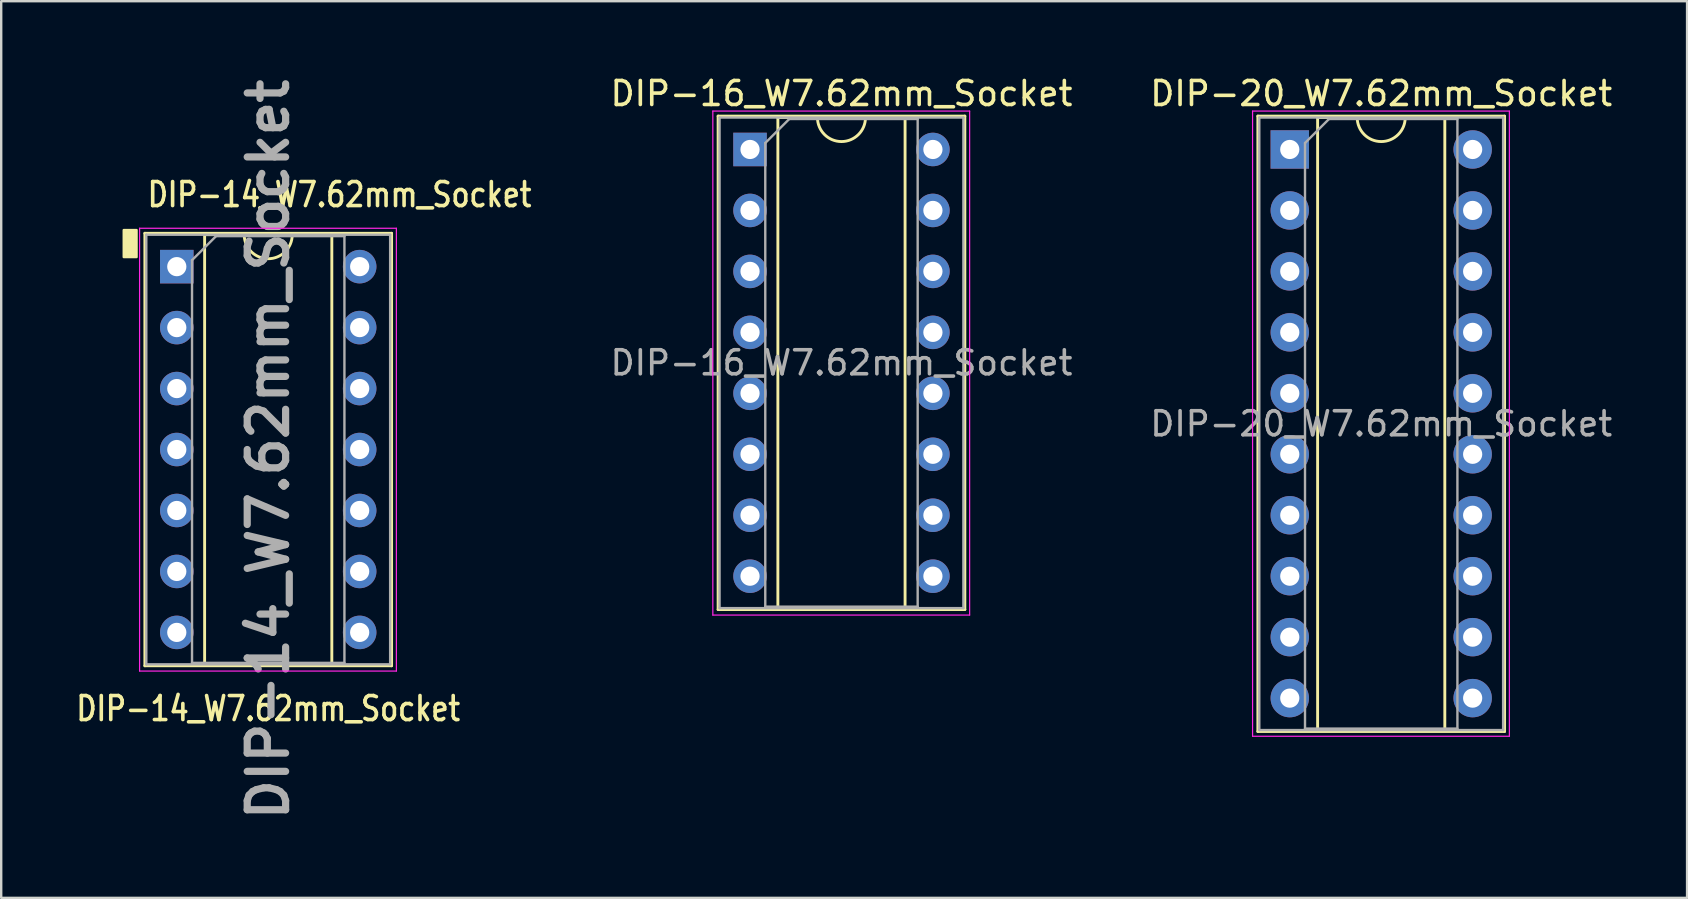
<source format=kicad_pcb>
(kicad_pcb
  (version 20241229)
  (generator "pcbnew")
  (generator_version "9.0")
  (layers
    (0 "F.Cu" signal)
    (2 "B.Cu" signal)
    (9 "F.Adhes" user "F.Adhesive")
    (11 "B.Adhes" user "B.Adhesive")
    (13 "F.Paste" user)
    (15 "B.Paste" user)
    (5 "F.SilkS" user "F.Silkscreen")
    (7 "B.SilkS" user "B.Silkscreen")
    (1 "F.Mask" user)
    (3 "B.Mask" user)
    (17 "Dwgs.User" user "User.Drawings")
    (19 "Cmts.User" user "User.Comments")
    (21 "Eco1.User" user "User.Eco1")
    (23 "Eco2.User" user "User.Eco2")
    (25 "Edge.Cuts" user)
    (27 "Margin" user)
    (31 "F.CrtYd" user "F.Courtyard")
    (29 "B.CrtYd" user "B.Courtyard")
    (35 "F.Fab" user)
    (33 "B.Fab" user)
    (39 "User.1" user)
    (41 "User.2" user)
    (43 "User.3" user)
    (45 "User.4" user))
  (footprint "DIP-16_W7.62mm_Socket"
    (layer "F.Cu")
    (at 28.201 3.178)
    (property "Reference" "DIP-16_W7.62mm_Socket" (at 3.81 -2.33 0) (layer "F.SilkS") (effects (font (size 1 1) (thickness 0.15))))
    (attr through_hole)
    (fp_line (start -1.33 -1.39) (end -1.33 19.17) (stroke (width 0.12) (type solid)) (layer "F.SilkS"))
    (fp_line (start -1.33 19.17) (end 8.95 19.17) (stroke (width 0.12) (type solid)) (layer "F.SilkS"))
    (fp_line (start 1.16 -1.33) (end 1.16 19.11) (stroke (width 0.12) (type solid)) (layer "F.SilkS"))
    (fp_line (start 1.16 19.11) (end 6.46 19.11) (stroke (width 0.12) (type solid)) (layer "F.SilkS"))
    (fp_line (start 2.81 -1.33) (end 1.16 -1.33) (stroke (width 0.12) (type solid)) (layer "F.SilkS"))
    (fp_line (start 6.46 -1.33) (end 4.81 -1.33) (stroke (width 0.12) (type solid)) (layer "F.SilkS"))
    (fp_line (start 6.46 19.11) (end 6.46 -1.33) (stroke (width 0.12) (type solid)) (layer "F.SilkS"))
    (fp_line (start 8.95 -1.39) (end -1.33 -1.39) (stroke (width 0.12) (type solid)) (layer "F.SilkS"))
    (fp_line (start 8.95 19.17) (end 8.95 -1.39) (stroke (width 0.12) (type solid)) (layer "F.SilkS"))
    (fp_arc (start 4.81 -1.33) (mid 3.81 -0.33) (end 2.81 -1.33) (stroke (width 0.12) (type solid)) (layer "F.SilkS"))
    (fp_line (start -1.55 -1.6) (end -1.55 19.4) (stroke (width 0.05) (type solid)) (layer "F.CrtYd"))
    (fp_line (start -1.55 19.4) (end 9.15 19.4) (stroke (width 0.05) (type solid)) (layer "F.CrtYd"))
    (fp_line (start 9.15 -1.6) (end -1.55 -1.6) (stroke (width 0.05) (type solid)) (layer "F.CrtYd"))
    (fp_line (start 9.15 19.4) (end 9.15 -1.6) (stroke (width 0.05) (type solid)) (layer "F.CrtYd"))
    (fp_line (start -1.27 -1.33) (end -1.27 19.11) (stroke (width 0.1) (type solid)) (layer "F.Fab"))
    (fp_line (start -1.27 19.11) (end 8.89 19.11) (stroke (width 0.1) (type solid)) (layer "F.Fab"))
    (fp_line (start 0.635 -0.27) (end 1.635 -1.27) (stroke (width 0.1) (type solid)) (layer "F.Fab"))
    (fp_line (start 0.635 19.05) (end 0.635 -0.27) (stroke (width 0.1) (type solid)) (layer "F.Fab"))
    (fp_line (start 1.635 -1.27) (end 6.985 -1.27) (stroke (width 0.1) (type solid)) (layer "F.Fab"))
    (fp_line (start 6.985 -1.27) (end 6.985 19.05) (stroke (width 0.1) (type solid)) (layer "F.Fab"))
    (fp_line (start 6.985 19.05) (end 0.635 19.05) (stroke (width 0.1) (type solid)) (layer "F.Fab"))
    (fp_line (start 8.89 -1.33) (end -1.27 -1.33) (stroke (width 0.1) (type solid)) (layer "F.Fab"))
    (fp_line (start 8.89 19.11) (end 8.89 -1.33) (stroke (width 0.1) (type solid)) (layer "F.Fab"))
    (fp_text user "${REFERENCE}" (at 3.81 8.89 0) (layer "F.Fab") (effects (font (size 1 1) (thickness 0.15))))
    (pad "1" thru_hole rect (at 0 0) (size 1.397 1.397) (drill 0.8) (layers "*.Cu" "*.Mask"))
    (pad "2" thru_hole oval (at 0 2.54) (size 1.397 1.397) (drill 0.8) (layers "*.Cu" "*.Mask"))
    (pad "3" thru_hole oval (at 0 5.08) (size 1.397 1.397) (drill 0.8) (layers "*.Cu" "*.Mask"))
    (pad "4" thru_hole oval (at 0 7.62) (size 1.397 1.397) (drill 0.8) (layers "*.Cu" "*.Mask"))
    (pad "5" thru_hole oval (at 0 10.16) (size 1.397 1.397) (drill 0.8) (layers "*.Cu" "*.Mask"))
    (pad "6" thru_hole oval (at 0 12.7) (size 1.397 1.397) (drill 0.8) (layers "*.Cu" "*.Mask"))
    (pad "7" thru_hole oval (at 0 15.24) (size 1.397 1.397) (drill 0.8) (layers "*.Cu" "*.Mask"))
    (pad "8" thru_hole oval (at 0 17.78) (size 1.397 1.397) (drill 0.8) (layers "*.Cu" "*.Mask"))
    (pad "9" thru_hole oval (at 7.62 17.78) (size 1.397 1.397) (drill 0.8) (layers "*.Cu" "*.Mask"))
    (pad "10" thru_hole oval (at 7.62 15.24) (size 1.397 1.397) (drill 0.8) (layers "*.Cu" "*.Mask"))
    (pad "11" thru_hole oval (at 7.62 12.7) (size 1.397 1.397) (drill 0.8) (layers "*.Cu" "*.Mask"))
    (pad "12" thru_hole oval (at 7.62 10.16) (size 1.397 1.397) (drill 0.8) (layers "*.Cu" "*.Mask"))
    (pad "13" thru_hole oval (at 7.62 7.62) (size 1.397 1.397) (drill 0.8) (layers "*.Cu" "*.Mask"))
    (pad "14" thru_hole oval (at 7.62 5.08) (size 1.397 1.397) (drill 0.8) (layers "*.Cu" "*.Mask"))
    (pad "15" thru_hole oval (at 7.62 2.54) (size 1.397 1.397) (drill 0.8) (layers "*.Cu" "*.Mask"))
    (pad "16" thru_hole oval (at 7.62 0) (size 1.397 1.397) (drill 0.8) (layers "*.Cu" "*.Mask")))
  (footprint "DIP-20_W7.62mm_Socket"
    (layer "F.Cu")
    (at 50.69 3.178)
    (property "Reference" "DIP-20_W7.62mm_Socket" (at 3.81 -2.33 0) (layer "F.SilkS") (effects (font (size 1 1) (thickness 0.15))))
    (attr through_hole)
    (fp_line (start -1.33 -1.39) (end -1.33 24.25) (stroke (width 0.12) (type solid)) (layer "F.SilkS"))
    (fp_line (start -1.33 24.25) (end 8.95 24.25) (stroke (width 0.12) (type solid)) (layer "F.SilkS"))
    (fp_line (start 1.16 -1.33) (end 1.16 24.19) (stroke (width 0.12) (type solid)) (layer "F.SilkS"))
    (fp_line (start 1.16 24.19) (end 6.46 24.19) (stroke (width 0.12) (type solid)) (layer "F.SilkS"))
    (fp_line (start 2.81 -1.33) (end 1.16 -1.33) (stroke (width 0.12) (type solid)) (layer "F.SilkS"))
    (fp_line (start 6.46 -1.33) (end 4.81 -1.33) (stroke (width 0.12) (type solid)) (layer "F.SilkS"))
    (fp_line (start 6.46 24.19) (end 6.46 -1.33) (stroke (width 0.12) (type solid)) (layer "F.SilkS"))
    (fp_line (start 8.95 -1.39) (end -1.33 -1.39) (stroke (width 0.12) (type solid)) (layer "F.SilkS"))
    (fp_line (start 8.95 24.25) (end 8.95 -1.39) (stroke (width 0.12) (type solid)) (layer "F.SilkS"))
    (fp_arc (start 4.81 -1.33) (mid 3.81 -0.33) (end 2.81 -1.33) (stroke (width 0.12) (type solid)) (layer "F.SilkS"))
    (fp_line (start -1.55 -1.6) (end -1.55 24.45) (stroke (width 0.05) (type solid)) (layer "F.CrtYd"))
    (fp_line (start -1.55 24.45) (end 9.15 24.45) (stroke (width 0.05) (type solid)) (layer "F.CrtYd"))
    (fp_line (start 9.15 -1.6) (end -1.55 -1.6) (stroke (width 0.05) (type solid)) (layer "F.CrtYd"))
    (fp_line (start 9.15 24.45) (end 9.15 -1.6) (stroke (width 0.05) (type solid)) (layer "F.CrtYd"))
    (fp_line (start -1.27 -1.33) (end -1.27 24.19) (stroke (width 0.1) (type solid)) (layer "F.Fab"))
    (fp_line (start -1.27 24.19) (end 8.89 24.19) (stroke (width 0.1) (type solid)) (layer "F.Fab"))
    (fp_line (start 0.635 -0.27) (end 1.635 -1.27) (stroke (width 0.1) (type solid)) (layer "F.Fab"))
    (fp_line (start 0.635 24.13) (end 0.635 -0.27) (stroke (width 0.1) (type solid)) (layer "F.Fab"))
    (fp_line (start 1.635 -1.27) (end 6.985 -1.27) (stroke (width 0.1) (type solid)) (layer "F.Fab"))
    (fp_line (start 6.985 -1.27) (end 6.985 24.13) (stroke (width 0.1) (type solid)) (layer "F.Fab"))
    (fp_line (start 6.985 24.13) (end 0.635 24.13) (stroke (width 0.1) (type solid)) (layer "F.Fab"))
    (fp_line (start 8.89 -1.33) (end -1.27 -1.33) (stroke (width 0.1) (type solid)) (layer "F.Fab"))
    (fp_line (start 8.89 24.19) (end 8.89 -1.33) (stroke (width 0.1) (type solid)) (layer "F.Fab"))
    (fp_text user "${REFERENCE}" (at 3.81 11.43 0) (layer "F.Fab") (effects (font (size 1 1) (thickness 0.15))))
    (pad "1" thru_hole rect (at 0 0) (size 1.6 1.6) (drill 0.8) (layers "*.Cu" "*.Mask"))
    (pad "2" thru_hole oval (at 0 2.54) (size 1.6 1.6) (drill 0.8) (layers "*.Cu" "*.Mask"))
    (pad "3" thru_hole oval (at 0 5.08) (size 1.6 1.6) (drill 0.8) (layers "*.Cu" "*.Mask"))
    (pad "4" thru_hole oval (at 0 7.62) (size 1.6 1.6) (drill 0.8) (layers "*.Cu" "*.Mask"))
    (pad "5" thru_hole oval (at 0 10.16) (size 1.6 1.6) (drill 0.8) (layers "*.Cu" "*.Mask"))
    (pad "6" thru_hole oval (at 0 12.7) (size 1.6 1.6) (drill 0.8) (layers "*.Cu" "*.Mask"))
    (pad "7" thru_hole oval (at 0 15.24) (size 1.6 1.6) (drill 0.8) (layers "*.Cu" "*.Mask"))
    (pad "8" thru_hole oval (at 0 17.78) (size 1.6 1.6) (drill 0.8) (layers "*.Cu" "*.Mask"))
    (pad "9" thru_hole oval (at 0 20.32) (size 1.6 1.6) (drill 0.8) (layers "*.Cu" "*.Mask"))
    (pad "10" thru_hole oval (at 0 22.86) (size 1.6 1.6) (drill 0.8) (layers "*.Cu" "*.Mask"))
    (pad "11" thru_hole oval (at 7.62 22.86) (size 1.6 1.6) (drill 0.8) (layers "*.Cu" "*.Mask"))
    (pad "12" thru_hole oval (at 7.62 20.32) (size 1.6 1.6) (drill 0.8) (layers "*.Cu" "*.Mask"))
    (pad "13" thru_hole oval (at 7.62 17.78) (size 1.6 1.6) (drill 0.8) (layers "*.Cu" "*.Mask"))
    (pad "14" thru_hole oval (at 7.62 15.24) (size 1.6 1.6) (drill 0.8) (layers "*.Cu" "*.Mask"))
    (pad "15" thru_hole oval (at 7.62 12.7) (size 1.6 1.6) (drill 0.8) (layers "*.Cu" "*.Mask"))
    (pad "16" thru_hole oval (at 7.62 10.16) (size 1.6 1.6) (drill 0.8) (layers "*.Cu" "*.Mask"))
    (pad "17" thru_hole oval (at 7.62 7.62) (size 1.6 1.6) (drill 0.8) (layers "*.Cu" "*.Mask"))
    (pad "18" thru_hole oval (at 7.62 5.08) (size 1.6 1.6) (drill 0.8) (layers "*.Cu" "*.Mask"))
    (pad "19" thru_hole oval (at 7.62 2.54) (size 1.6 1.6) (drill 0.8) (layers "*.Cu" "*.Mask"))
    (pad "20" thru_hole oval (at 7.62 0) (size 1.6 1.6) (drill 0.8) (layers "*.Cu" "*.Mask")))
  (footprint "DIP-14_W7.62mm_Socket"
    (layer "F.Cu")
    (at 4.316 8.06)
    (property "Reference" "DIP-14_W7.62mm_Socket" (at -1.3 -3 0) (layer "F.SilkS") (effects (font (size 1 0.83) (thickness 0.15)) (justify left)))
    (property "Value" "DIP-14_W7.62mm_Socket" (at 3.8 18.415 0) (layer "F.Fab") (hide yes) (effects (font (size 1 0.83) (thickness 0.15))))
    (attr through_hole)
    (fp_line (start -1.33 -1.39) (end -1.33 16.63) (stroke (width 0.12) (type solid)) (layer "F.SilkS"))
    (fp_line (start -1.33 16.63) (end 8.95 16.63) (stroke (width 0.12) (type solid)) (layer "F.SilkS"))
    (fp_line (start 1.16 -1.33) (end 1.16 16.57) (stroke (width 0.12) (type solid)) (layer "F.SilkS"))
    (fp_line (start 1.16 16.57) (end 6.46 16.57) (stroke (width 0.12) (type solid)) (layer "F.SilkS"))
    (fp_line (start 2.81 -1.33) (end 1.16 -1.33) (stroke (width 0.12) (type solid)) (layer "F.SilkS"))
    (fp_line (start 6.46 -1.33) (end 4.81 -1.33) (stroke (width 0.12) (type solid)) (layer "F.SilkS"))
    (fp_line (start 6.46 16.57) (end 6.46 -1.33) (stroke (width 0.12) (type solid)) (layer "F.SilkS"))
    (fp_line (start 8.95 -1.39) (end -1.33 -1.39) (stroke (width 0.12) (type solid)) (layer "F.SilkS"))
    (fp_line (start 8.95 16.63) (end 8.95 -1.39) (stroke (width 0.12) (type solid)) (layer "F.SilkS"))
    (fp_arc (start 4.81 -1.33) (mid 3.81 -0.33) (end 2.81 -1.33) (stroke (width 0.12) (type solid)) (layer "F.SilkS"))
    (fp_poly (pts (xy -2.21 -1.524) (xy -2.21 -0.399) (xy -1.676 -0.399) (xy -1.676 -1.524)) (stroke (width 0.1) (type solid)) (fill yes) (layer "F.SilkS"))
    (fp_line (start -1.55 -1.6) (end -1.55 16.85) (stroke (width 0.05) (type solid)) (layer "F.CrtYd"))
    (fp_line (start -1.55 16.85) (end 9.15 16.85) (stroke (width 0.05) (type solid)) (layer "F.CrtYd"))
    (fp_line (start 9.15 -1.6) (end -1.55 -1.6) (stroke (width 0.05) (type solid)) (layer "F.CrtYd"))
    (fp_line (start 9.15 16.85) (end 9.15 -1.6) (stroke (width 0.05) (type solid)) (layer "F.CrtYd"))
    (fp_line (start -1.27 -1.33) (end -1.27 16.57) (stroke (width 0.1) (type solid)) (layer "F.Fab"))
    (fp_line (start -1.27 16.57) (end 8.89 16.57) (stroke (width 0.1) (type solid)) (layer "F.Fab"))
    (fp_line (start 0.635 -0.27) (end 1.635 -1.27) (stroke (width 0.1) (type solid)) (layer "F.Fab"))
    (fp_line (start 0.635 16.51) (end 0.635 -0.27) (stroke (width 0.1) (type solid)) (layer "F.Fab"))
    (fp_line (start 1.635 -1.27) (end 6.985 -1.27) (stroke (width 0.1) (type solid)) (layer "F.Fab"))
    (fp_line (start 6.985 -1.27) (end 6.985 16.51) (stroke (width 0.1) (type solid)) (layer "F.Fab"))
    (fp_line (start 6.985 16.51) (end 0.635 16.51) (stroke (width 0.1) (type solid)) (layer "F.Fab"))
    (fp_line (start 8.89 -1.33) (end -1.27 -1.33) (stroke (width 0.1) (type solid)) (layer "F.Fab"))
    (fp_line (start 8.89 16.57) (end 8.89 -1.33) (stroke (width 0.1) (type solid)) (layer "F.Fab"))
    (fp_text user "${VALUE}" (at 3.81 18.415 0) (layer "F.SilkS") (effects (font (size 1 0.83) (thickness 0.15))))
    (fp_text user "${REFERENCE}" (at 3.81 7.62 90) (layer "F.Fab") (effects (font (size 1.6 1.6) (thickness 0.3))))
    (pad "1" thru_hole rect (at 0 0) (size 1.397 1.397) (drill 0.8) (layers "*.Cu" "*.Mask"))
    (pad "2" thru_hole oval (at 0 2.54) (size 1.397 1.397) (drill 0.8) (layers "*.Cu" "*.Mask"))
    (pad "3" thru_hole oval (at 0 5.08) (size 1.397 1.397) (drill 0.8) (layers "*.Cu" "*.Mask"))
    (pad "4" thru_hole oval (at 0 7.62) (size 1.397 1.397) (drill 0.8) (layers "*.Cu" "*.Mask"))
    (pad "5" thru_hole oval (at 0 10.16) (size 1.397 1.397) (drill 0.8) (layers "*.Cu" "*.Mask"))
    (pad "6" thru_hole oval (at 0 12.7) (size 1.397 1.397) (drill 0.8) (layers "*.Cu" "*.Mask"))
    (pad "7" thru_hole oval (at 0 15.24) (size 1.397 1.397) (drill 0.8) (layers "*.Cu" "*.Mask"))
    (pad "8" thru_hole oval (at 7.62 15.24) (size 1.397 1.397) (drill 0.8) (layers "*.Cu" "*.Mask"))
    (pad "9" thru_hole oval (at 7.62 12.7) (size 1.397 1.397) (drill 0.8) (layers "*.Cu" "*.Mask"))
    (pad "10" thru_hole oval (at 7.62 10.16) (size 1.397 1.397) (drill 0.8) (layers "*.Cu" "*.Mask"))
    (pad "11" thru_hole oval (at 7.62 7.62) (size 1.397 1.397) (drill 0.8) (layers "*.Cu" "*.Mask"))
    (pad "12" thru_hole oval (at 7.62 5.08) (size 1.397 1.397) (drill 0.8) (layers "*.Cu" "*.Mask"))
    (pad "13" thru_hole oval (at 7.62 2.54) (size 1.397 1.397) (drill 0.8) (layers "*.Cu" "*.Mask"))
    (pad "14" thru_hole oval (at 7.62 0) (size 1.397 1.397) (drill 0.8) (layers "*.Cu" "*.Mask")))
  (gr_rect
    (start -3 -3)
    (end 67.244 34.361)
    (stroke (width 0.1) (type default))
    (fill no)
    (layer "Edge.Cuts")))
</source>
